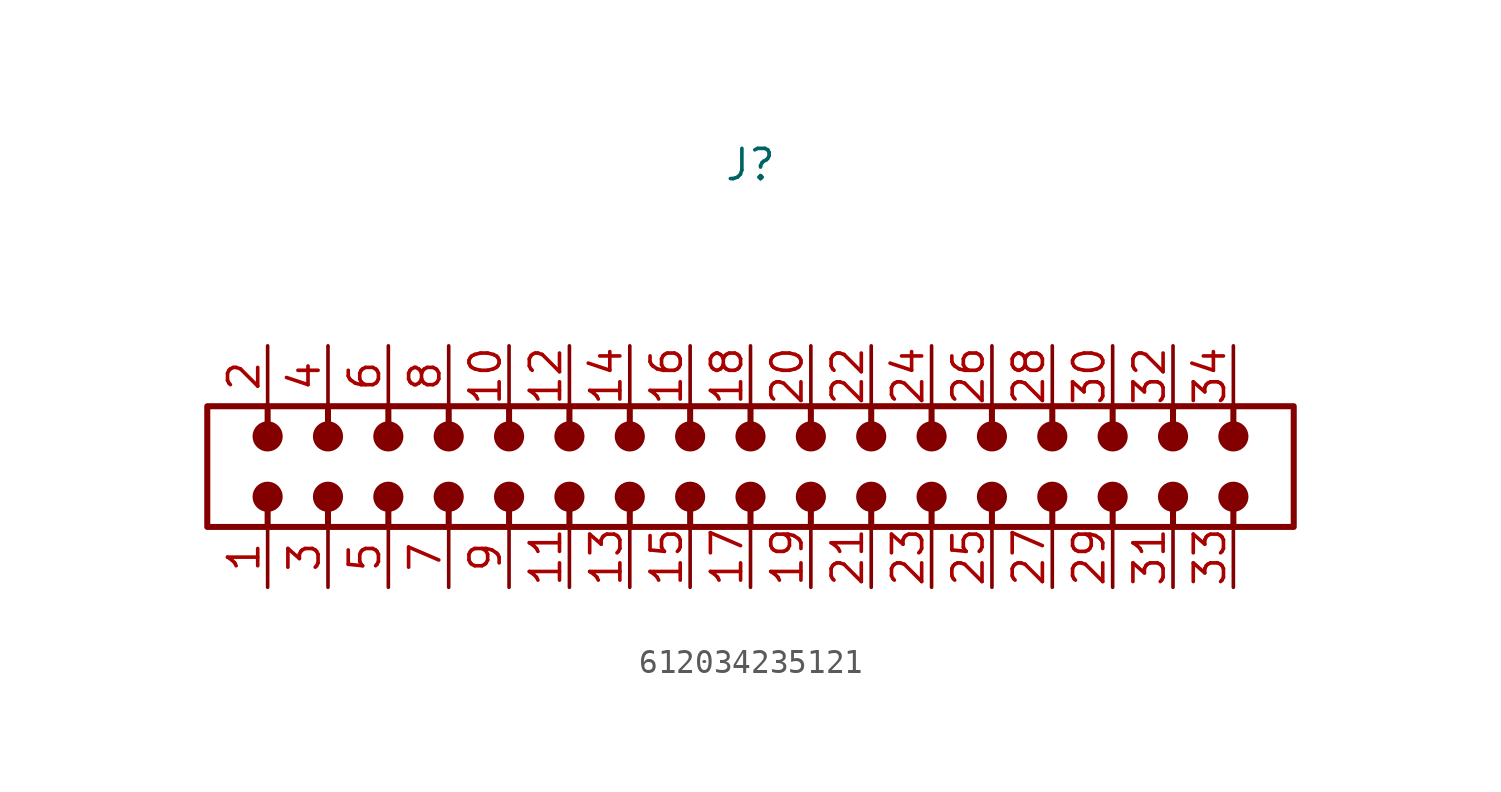
<source format=kicad_sym>
(kicad_symbol_lib
  (version 20241209)
  (generator "kicad_symbol_editor")
  (generator_version "9.0")
  (symbol "612034235121"
    (pin_names
      (hide yes))
    (property "Reference" "J"
      (at 0 12.7 0)
      (effects (font (size 1.27 1.27))))
    (symbol "612034235121_1_1"
      (rectangle (start -22.86 2.54) (end 22.86 -2.54) (stroke (width 0.254) (type solid)) (fill (type none)))
      (polyline (pts (xy -20.32 1.778) (xy -20.32 2.54)) (stroke (width 0.254) (type solid)) (fill (type none)))
      (circle (center -20.32 1.27) (radius 0.508) (stroke (width 0.254) (type solid)) (fill (type outline)))
      (circle (center -20.32 -1.27) (radius 0.508) (stroke (width 0.254) (type solid)) (fill (type outline)))
      (polyline (pts (xy -20.32 -1.778) (xy -20.32 -2.54)) (stroke (width 0.254) (type solid)) (fill (type none)))
      (polyline (pts (xy -17.78 1.778) (xy -17.78 2.54)) (stroke (width 0.254) (type solid)) (fill (type none)))
      (circle (center -17.78 1.27) (radius 0.508) (stroke (width 0.254) (type solid)) (fill (type outline)))
      (circle (center -17.78 -1.27) (radius 0.508) (stroke (width 0.254) (type solid)) (fill (type outline)))
      (polyline (pts (xy -17.78 -1.778) (xy -17.78 -2.54)) (stroke (width 0.254) (type solid)) (fill (type none)))
      (polyline (pts (xy -15.24 1.778) (xy -15.24 2.54)) (stroke (width 0.254) (type solid)) (fill (type none)))
      (circle (center -15.24 1.27) (radius 0.508) (stroke (width 0.254) (type solid)) (fill (type outline)))
      (circle (center -15.24 -1.27) (radius 0.508) (stroke (width 0.254) (type solid)) (fill (type outline)))
      (polyline (pts (xy -15.24 -1.778) (xy -15.24 -2.54)) (stroke (width 0.254) (type solid)) (fill (type none)))
      (polyline (pts (xy -12.7 1.778) (xy -12.7 2.54)) (stroke (width 0.254) (type solid)) (fill (type none)))
      (circle (center -12.7 1.27) (radius 0.508) (stroke (width 0.254) (type solid)) (fill (type outline)))
      (circle (center -12.7 -1.27) (radius 0.508) (stroke (width 0.254) (type solid)) (fill (type outline)))
      (polyline (pts (xy -12.7 -1.778) (xy -12.7 -2.54)) (stroke (width 0.254) (type solid)) (fill (type none)))
      (polyline (pts (xy -10.16 1.778) (xy -10.16 2.54)) (stroke (width 0.254) (type solid)) (fill (type none)))
      (circle (center -10.16 1.27) (radius 0.508) (stroke (width 0.254) (type solid)) (fill (type outline)))
      (circle (center -10.16 -1.27) (radius 0.508) (stroke (width 0.254) (type solid)) (fill (type outline)))
      (polyline (pts (xy -10.16 -1.778) (xy -10.16 -2.54)) (stroke (width 0.254) (type solid)) (fill (type none)))
      (polyline (pts (xy -7.62 1.778) (xy -7.62 2.54)) (stroke (width 0.254) (type solid)) (fill (type none)))
      (circle (center -7.62 1.27) (radius 0.508) (stroke (width 0.254) (type solid)) (fill (type outline)))
      (circle (center -7.62 -1.27) (radius 0.508) (stroke (width 0.254) (type solid)) (fill (type outline)))
      (polyline (pts (xy -7.62 -1.778) (xy -7.62 -2.54)) (stroke (width 0.254) (type solid)) (fill (type none)))
      (polyline (pts (xy -5.08 1.778) (xy -5.08 2.54)) (stroke (width 0.254) (type solid)) (fill (type none)))
      (circle (center -5.08 1.27) (radius 0.508) (stroke (width 0.254) (type solid)) (fill (type outline)))
      (circle (center -5.08 -1.27) (radius 0.508) (stroke (width 0.254) (type solid)) (fill (type outline)))
      (polyline (pts (xy -5.08 -1.778) (xy -5.08 -2.54)) (stroke (width 0.254) (type solid)) (fill (type none)))
      (polyline (pts (xy -2.54 1.778) (xy -2.54 2.54)) (stroke (width 0.254) (type solid)) (fill (type none)))
      (circle (center -2.54 1.27) (radius 0.508) (stroke (width 0.254) (type solid)) (fill (type outline)))
      (circle (center -2.54 -1.27) (radius 0.508) (stroke (width 0.254) (type solid)) (fill (type outline)))
      (polyline (pts (xy -2.54 -1.778) (xy -2.54 -2.54)) (stroke (width 0.254) (type solid)) (fill (type none)))
      (polyline (pts (xy 0 1.778) (xy 0 2.54)) (stroke (width 0.254) (type solid)) (fill (type none)))
      (circle (center 0 1.27) (radius 0.508) (stroke (width 0.254) (type solid)) (fill (type outline)))
      (circle (center 0 -1.27) (radius 0.508) (stroke (width 0.254) (type solid)) (fill (type outline)))
      (polyline (pts (xy 0 -1.778) (xy 0 -2.54)) (stroke (width 0.254) (type solid)) (fill (type none)))
      (polyline (pts (xy 2.54 1.778) (xy 2.54 2.54)) (stroke (width 0.254) (type solid)) (fill (type none)))
      (circle (center 2.54 1.27) (radius 0.508) (stroke (width 0.254) (type solid)) (fill (type outline)))
      (circle (center 2.54 -1.27) (radius 0.508) (stroke (width 0.254) (type solid)) (fill (type outline)))
      (polyline (pts (xy 2.54 -1.778) (xy 2.54 -2.54)) (stroke (width 0.254) (type solid)) (fill (type none)))
      (polyline (pts (xy 5.08 1.778) (xy 5.08 2.54)) (stroke (width 0.254) (type solid)) (fill (type none)))
      (circle (center 5.08 1.27) (radius 0.508) (stroke (width 0.254) (type solid)) (fill (type outline)))
      (circle (center 5.08 -1.27) (radius 0.508) (stroke (width 0.254) (type solid)) (fill (type outline)))
      (polyline (pts (xy 5.08 -1.778) (xy 5.08 -2.54)) (stroke (width 0.254) (type solid)) (fill (type none)))
      (polyline (pts (xy 7.62 1.778) (xy 7.62 2.54)) (stroke (width 0.254) (type solid)) (fill (type none)))
      (circle (center 7.62 1.27) (radius 0.508) (stroke (width 0.254) (type solid)) (fill (type outline)))
      (circle (center 7.62 -1.27) (radius 0.508) (stroke (width 0.254) (type solid)) (fill (type outline)))
      (polyline (pts (xy 7.62 -1.778) (xy 7.62 -2.54)) (stroke (width 0.254) (type solid)) (fill (type none)))
      (polyline (pts (xy 10.16 1.778) (xy 10.16 2.54)) (stroke (width 0.254) (type solid)) (fill (type none)))
      (circle (center 10.16 1.27) (radius 0.508) (stroke (width 0.254) (type solid)) (fill (type outline)))
      (circle (center 10.16 -1.27) (radius 0.508) (stroke (width 0.254) (type solid)) (fill (type outline)))
      (polyline (pts (xy 10.16 -1.778) (xy 10.16 -2.54)) (stroke (width 0.254) (type solid)) (fill (type none)))
      (polyline (pts (xy 12.7 1.778) (xy 12.7 2.54)) (stroke (width 0.254) (type solid)) (fill (type none)))
      (circle (center 12.7 1.27) (radius 0.508) (stroke (width 0.254) (type solid)) (fill (type outline)))
      (circle (center 12.7 -1.27) (radius 0.508) (stroke (width 0.254) (type solid)) (fill (type outline)))
      (polyline (pts (xy 12.7 -1.778) (xy 12.7 -2.54)) (stroke (width 0.254) (type solid)) (fill (type none)))
      (polyline (pts (xy 15.24 1.778) (xy 15.24 2.54)) (stroke (width 0.254) (type solid)) (fill (type none)))
      (circle (center 15.24 1.27) (radius 0.508) (stroke (width 0.254) (type solid)) (fill (type outline)))
      (circle (center 15.24 -1.27) (radius 0.508) (stroke (width 0.254) (type solid)) (fill (type outline)))
      (polyline (pts (xy 15.24 -1.778) (xy 15.24 -2.54)) (stroke (width 0.254) (type solid)) (fill (type none)))
      (polyline (pts (xy 17.78 1.778) (xy 17.78 2.54)) (stroke (width 0.254) (type solid)) (fill (type none)))
      (circle (center 17.78 1.27) (radius 0.508) (stroke (width 0.254) (type solid)) (fill (type outline)))
      (circle (center 17.78 -1.27) (radius 0.508) (stroke (width 0.254) (type solid)) (fill (type outline)))
      (polyline (pts (xy 17.78 -1.778) (xy 17.78 -2.54)) (stroke (width 0.254) (type solid)) (fill (type none)))
      (polyline (pts (xy 20.32 1.778) (xy 20.32 2.54)) (stroke (width 0.254) (type solid)) (fill (type none)))
      (circle (center 20.32 1.27) (radius 0.508) (stroke (width 0.254) (type solid)) (fill (type outline)))
      (circle (center 20.32 -1.27) (radius 0.508) (stroke (width 0.254) (type solid)) (fill (type outline)))
      (polyline (pts (xy 20.32 -1.778) (xy 20.32 -2.54)) (stroke (width 0.254) (type solid)) (fill (type none)))
      (pin passive line (at -20.32 5.08 270) (length 2.54) (name "2" (effects (font (size 1.27 1.27)))) (number "2" (effects (font (size 1.27 1.27)))))
      (pin passive line (at -20.32 -5.08 90) (length 2.54) (name "1" (effects (font (size 1.27 1.27)))) (number "1" (effects (font (size 1.27 1.27)))))
      (pin passive line (at -17.78 5.08 270) (length 2.54) (name "4" (effects (font (size 1.27 1.27)))) (number "4" (effects (font (size 1.27 1.27)))))
      (pin passive line (at -17.78 -5.08 90) (length 2.54) (name "3" (effects (font (size 1.27 1.27)))) (number "3" (effects (font (size 1.27 1.27)))))
      (pin passive line (at -15.24 5.08 270) (length 2.54) (name "6" (effects (font (size 1.27 1.27)))) (number "6" (effects (font (size 1.27 1.27)))))
      (pin passive line (at -15.24 -5.08 90) (length 2.54) (name "5" (effects (font (size 1.27 1.27)))) (number "5" (effects (font (size 1.27 1.27)))))
      (pin passive line (at -12.7 5.08 270) (length 2.54) (name "8" (effects (font (size 1.27 1.27)))) (number "8" (effects (font (size 1.27 1.27)))))
      (pin passive line (at -12.7 -5.08 90) (length 2.54) (name "7" (effects (font (size 1.27 1.27)))) (number "7" (effects (font (size 1.27 1.27)))))
      (pin passive line (at -10.16 5.08 270) (length 2.54) (name "10" (effects (font (size 1.27 1.27)))) (number "10" (effects (font (size 1.27 1.27)))))
      (pin passive line (at -10.16 -5.08 90) (length 2.54) (name "9" (effects (font (size 1.27 1.27)))) (number "9" (effects (font (size 1.27 1.27)))))
      (pin passive line (at -7.62 5.08 270) (length 2.54) (name "12" (effects (font (size 1.27 1.27)))) (number "12" (effects (font (size 1.27 1.27)))))
      (pin passive line (at -7.62 -5.08 90) (length 2.54) (name "11" (effects (font (size 1.27 1.27)))) (number "11" (effects (font (size 1.27 1.27)))))
      (pin passive line (at -5.08 5.08 270) (length 2.54) (name "14" (effects (font (size 1.27 1.27)))) (number "14" (effects (font (size 1.27 1.27)))))
      (pin passive line (at -5.08 -5.08 90) (length 2.54) (name "13" (effects (font (size 1.27 1.27)))) (number "13" (effects (font (size 1.27 1.27)))))
      (pin passive line (at -2.54 5.08 270) (length 2.54) (name "16" (effects (font (size 1.27 1.27)))) (number "16" (effects (font (size 1.27 1.27)))))
      (pin passive line (at -2.54 -5.08 90) (length 2.54) (name "15" (effects (font (size 1.27 1.27)))) (number "15" (effects (font (size 1.27 1.27)))))
      (pin passive line (at 0 5.08 270) (length 2.54) (name "18" (effects (font (size 1.27 1.27)))) (number "18" (effects (font (size 1.27 1.27)))))
      (pin passive line (at 0 -5.08 90) (length 2.54) (name "17" (effects (font (size 1.27 1.27)))) (number "17" (effects (font (size 1.27 1.27)))))
      (pin passive line (at 2.54 5.08 270) (length 2.54) (name "20" (effects (font (size 1.27 1.27)))) (number "20" (effects (font (size 1.27 1.27)))))
      (pin passive line (at 2.54 -5.08 90) (length 2.54) (name "19" (effects (font (size 1.27 1.27)))) (number "19" (effects (font (size 1.27 1.27)))))
      (pin passive line (at 5.08 5.08 270) (length 2.54) (name "22" (effects (font (size 1.27 1.27)))) (number "22" (effects (font (size 1.27 1.27)))))
      (pin passive line (at 5.08 -5.08 90) (length 2.54) (name "21" (effects (font (size 1.27 1.27)))) (number "21" (effects (font (size 1.27 1.27)))))
      (pin passive line (at 7.62 5.08 270) (length 2.54) (name "24" (effects (font (size 1.27 1.27)))) (number "24" (effects (font (size 1.27 1.27)))))
      (pin passive line (at 7.62 -5.08 90) (length 2.54) (name "23" (effects (font (size 1.27 1.27)))) (number "23" (effects (font (size 1.27 1.27)))))
      (pin passive line (at 10.16 5.08 270) (length 2.54) (name "26" (effects (font (size 1.27 1.27)))) (number "26" (effects (font (size 1.27 1.27)))))
      (pin passive line (at 10.16 -5.08 90) (length 2.54) (name "25" (effects (font (size 1.27 1.27)))) (number "25" (effects (font (size 1.27 1.27)))))
      (pin passive line (at 12.7 5.08 270) (length 2.54) (name "28" (effects (font (size 1.27 1.27)))) (number "28" (effects (font (size 1.27 1.27)))))
      (pin passive line (at 12.7 -5.08 90) (length 2.54) (name "27" (effects (font (size 1.27 1.27)))) (number "27" (effects (font (size 1.27 1.27)))))
      (pin passive line (at 15.24 5.08 270) (length 2.54) (name "30" (effects (font (size 1.27 1.27)))) (number "30" (effects (font (size 1.27 1.27)))))
      (pin passive line (at 15.24 -5.08 90) (length 2.54) (name "29" (effects (font (size 1.27 1.27)))) (number "29" (effects (font (size 1.27 1.27)))))
      (pin passive line (at 17.78 5.08 270) (length 2.54) (name "32" (effects (font (size 1.27 1.27)))) (number "32" (effects (font (size 1.27 1.27)))))
      (pin passive line (at 17.78 -5.08 90) (length 2.54) (name "31" (effects (font (size 1.27 1.27)))) (number "31" (effects (font (size 1.27 1.27)))))
      (pin passive line (at 20.32 5.08 270) (length 2.54) (name "34" (effects (font (size 1.27 1.27)))) (number "34" (effects (font (size 1.27 1.27)))))
      (pin passive line (at 20.32 -5.08 90) (length 2.54) (name "33" (effects (font (size 1.27 1.27)))) (number "33" (effects (font (size 1.27 1.27))))))))
</source>
